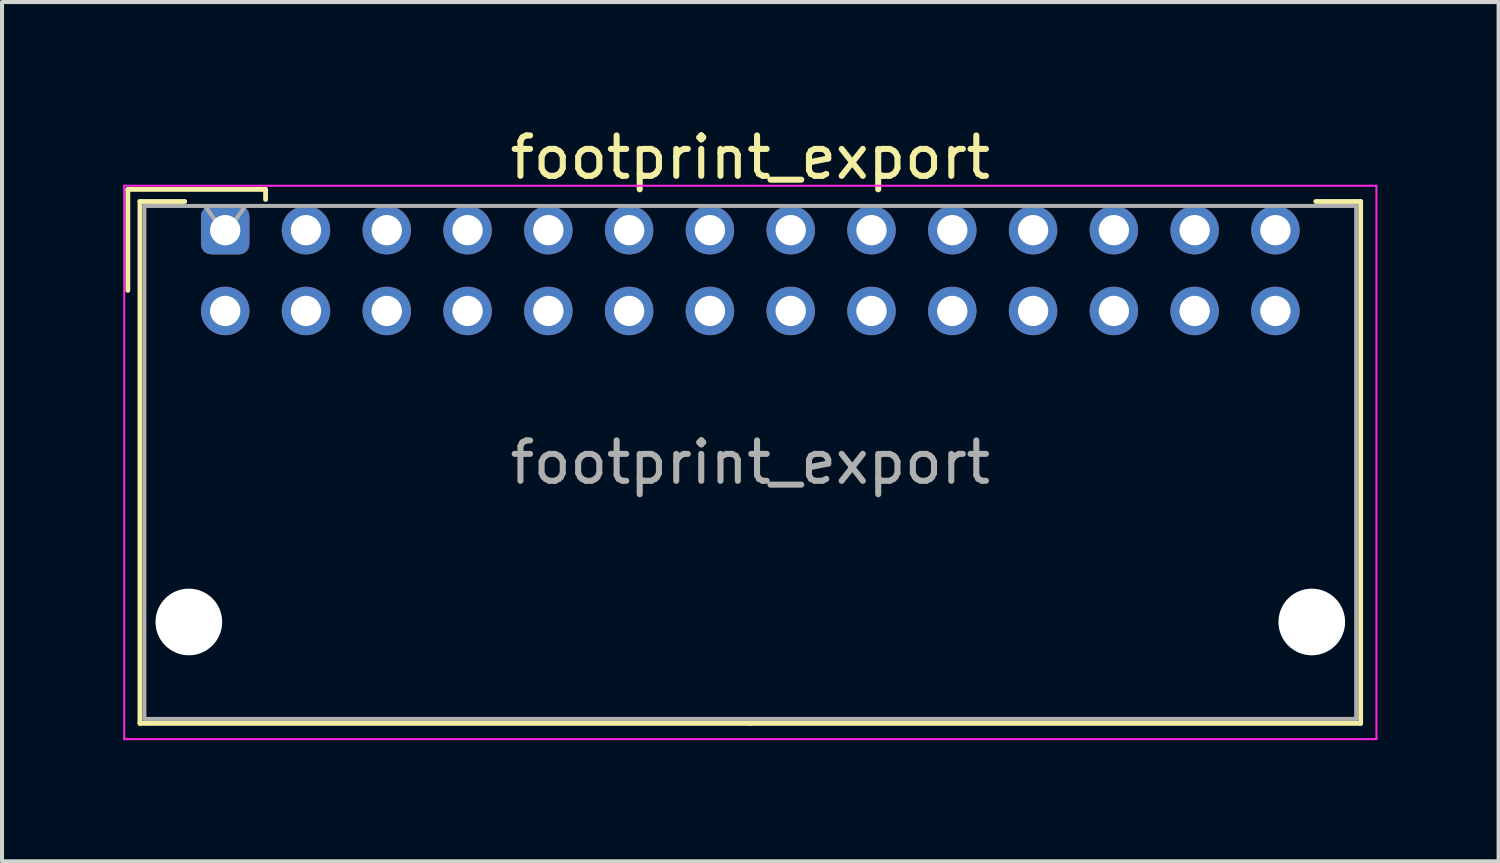
<source format=kicad_pcb>
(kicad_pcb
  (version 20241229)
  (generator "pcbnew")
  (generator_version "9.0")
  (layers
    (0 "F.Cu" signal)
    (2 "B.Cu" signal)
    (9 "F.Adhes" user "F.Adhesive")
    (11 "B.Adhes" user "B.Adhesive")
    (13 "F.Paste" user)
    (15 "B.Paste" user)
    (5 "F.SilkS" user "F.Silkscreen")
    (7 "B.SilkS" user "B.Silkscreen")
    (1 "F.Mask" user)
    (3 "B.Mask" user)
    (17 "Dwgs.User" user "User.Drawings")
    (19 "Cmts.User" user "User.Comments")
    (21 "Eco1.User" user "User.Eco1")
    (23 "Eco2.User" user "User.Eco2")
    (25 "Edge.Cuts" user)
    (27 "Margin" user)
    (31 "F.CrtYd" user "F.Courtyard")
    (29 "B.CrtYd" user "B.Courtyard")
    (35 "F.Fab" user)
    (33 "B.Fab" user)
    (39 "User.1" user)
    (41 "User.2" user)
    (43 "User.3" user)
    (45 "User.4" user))
  (footprint "footprint_export"
    (layer "F.Cu")
    (at 2.525 2.648)
    (property "Reference" "footprint_export" (at 13 -1.8 0) (layer "F.SilkS") (effects (font (size 1 1) (thickness 0.15))))
    (attr through_hole)
    (fp_line (start -2.41 -1.01) (end -2.41 1.49) (stroke (width 0.12) (type solid)) (layer "F.SilkS"))
    (fp_line (start -2.11 -0.71) (end -2.11 12.21) (stroke (width 0.12) (type solid)) (layer "F.SilkS"))
    (fp_line (start -2.11 12.21) (end 13 12.21) (stroke (width 0.12) (type solid)) (layer "F.SilkS"))
    (fp_line (start -1 -0.71) (end -2.11 -0.71) (stroke (width 0.12) (type solid)) (layer "F.SilkS"))
    (fp_line (start 1 -1.01) (end -2.41 -1.01) (stroke (width 0.12) (type solid)) (layer "F.SilkS"))
    (fp_line (start 1 -0.76) (end 1 -1.01) (stroke (width 0.12) (type solid)) (layer "F.SilkS"))
    (fp_line (start 27 -0.71) (end 28.11 -0.71) (stroke (width 0.12) (type solid)) (layer "F.SilkS"))
    (fp_line (start 28.11 -0.71) (end 28.11 12.21) (stroke (width 0.12) (type solid)) (layer "F.SilkS"))
    (fp_line (start 28.11 12.21) (end 13 12.21) (stroke (width 0.12) (type solid)) (layer "F.SilkS"))
    (fp_line (start -2.5 -1.1) (end -2.5 12.6) (stroke (width 0.05) (type solid)) (layer "F.CrtYd"))
    (fp_line (start -2.5 12.6) (end 28.5 12.6) (stroke (width 0.05) (type solid)) (layer "F.CrtYd"))
    (fp_line (start 28.5 -1.1) (end -2.5 -1.1) (stroke (width 0.05) (type solid)) (layer "F.CrtYd"))
    (fp_line (start 28.5 12.6) (end 28.5 -1.1) (stroke (width 0.05) (type solid)) (layer "F.CrtYd"))
    (fp_line (start -2 -0.6) (end -2 12.1) (stroke (width 0.1) (type solid)) (layer "F.Fab"))
    (fp_line (start -2 12.1) (end 28 12.1) (stroke (width 0.1) (type solid)) (layer "F.Fab"))
    (fp_line (start 0 0.107) (end -0.5 -0.6) (stroke (width 0.1) (type solid)) (layer "F.Fab"))
    (fp_line (start 0.5 -0.6) (end 0 0.107) (stroke (width 0.1) (type solid)) (layer "F.Fab"))
    (fp_line (start 28 -0.6) (end -2 -0.6) (stroke (width 0.1) (type solid)) (layer "F.Fab"))
    (fp_line (start 28 12.1) (end 28 -0.6) (stroke (width 0.1) (type solid)) (layer "F.Fab"))
    (fp_text user "${REFERENCE}" (at 13 5.75 0) (layer "F.Fab") (effects (font (size 1 1) (thickness 0.15))))
    (pad "" np_thru_hole circle (at -0.9 9.7) (size 1.65 1.65) (drill 1.65) (layers "*.Cu" "*.Mask"))
    (pad "" np_thru_hole circle (at 26.9 9.7) (size 1.65 1.65) (drill 1.65) (layers "*.Cu" "*.Mask"))
    (pad "1" thru_hole roundrect (at 0 0) (size 1.2 1.2) (drill 0.75) (layers "*.Cu" "*.Mask") (roundrect_rratio 0.208))
    (pad "2" thru_hole circle (at 0 2) (size 1.2 1.2) (drill 0.75) (layers "*.Cu" "*.Mask"))
    (pad "3" thru_hole circle (at 2 0) (size 1.2 1.2) (drill 0.75) (layers "*.Cu" "*.Mask"))
    (pad "4" thru_hole circle (at 2 2) (size 1.2 1.2) (drill 0.75) (layers "*.Cu" "*.Mask"))
    (pad "5" thru_hole circle (at 4 0) (size 1.2 1.2) (drill 0.75) (layers "*.Cu" "*.Mask"))
    (pad "6" thru_hole circle (at 4 2) (size 1.2 1.2) (drill 0.75) (layers "*.Cu" "*.Mask"))
    (pad "7" thru_hole circle (at 6 0) (size 1.2 1.2) (drill 0.75) (layers "*.Cu" "*.Mask"))
    (pad "8" thru_hole circle (at 6 2) (size 1.2 1.2) (drill 0.75) (layers "*.Cu" "*.Mask"))
    (pad "9" thru_hole circle (at 8 0) (size 1.2 1.2) (drill 0.75) (layers "*.Cu" "*.Mask"))
    (pad "10" thru_hole circle (at 8 2) (size 1.2 1.2) (drill 0.75) (layers "*.Cu" "*.Mask"))
    (pad "11" thru_hole circle (at 10 0) (size 1.2 1.2) (drill 0.75) (layers "*.Cu" "*.Mask"))
    (pad "12" thru_hole circle (at 10 2) (size 1.2 1.2) (drill 0.75) (layers "*.Cu" "*.Mask"))
    (pad "13" thru_hole circle (at 12 0) (size 1.2 1.2) (drill 0.75) (layers "*.Cu" "*.Mask"))
    (pad "14" thru_hole circle (at 12 2) (size 1.2 1.2) (drill 0.75) (layers "*.Cu" "*.Mask"))
    (pad "15" thru_hole circle (at 14 0) (size 1.2 1.2) (drill 0.75) (layers "*.Cu" "*.Mask"))
    (pad "16" thru_hole circle (at 14 2) (size 1.2 1.2) (drill 0.75) (layers "*.Cu" "*.Mask"))
    (pad "17" thru_hole circle (at 16 0) (size 1.2 1.2) (drill 0.75) (layers "*.Cu" "*.Mask"))
    (pad "18" thru_hole circle (at 16 2) (size 1.2 1.2) (drill 0.75) (layers "*.Cu" "*.Mask"))
    (pad "19" thru_hole circle (at 18 0) (size 1.2 1.2) (drill 0.75) (layers "*.Cu" "*.Mask"))
    (pad "20" thru_hole circle (at 18 2) (size 1.2 1.2) (drill 0.75) (layers "*.Cu" "*.Mask"))
    (pad "21" thru_hole circle (at 20 0) (size 1.2 1.2) (drill 0.75) (layers "*.Cu" "*.Mask"))
    (pad "22" thru_hole circle (at 20 2) (size 1.2 1.2) (drill 0.75) (layers "*.Cu" "*.Mask"))
    (pad "23" thru_hole circle (at 22 0) (size 1.2 1.2) (drill 0.75) (layers "*.Cu" "*.Mask"))
    (pad "24" thru_hole circle (at 22 2) (size 1.2 1.2) (drill 0.75) (layers "*.Cu" "*.Mask"))
    (pad "25" thru_hole circle (at 24 0) (size 1.2 1.2) (drill 0.75) (layers "*.Cu" "*.Mask"))
    (pad "26" thru_hole circle (at 24 2) (size 1.2 1.2) (drill 0.75) (layers "*.Cu" "*.Mask"))
    (pad "27" thru_hole circle (at 26 0) (size 1.2 1.2) (drill 0.75) (layers "*.Cu" "*.Mask"))
    (pad "28" thru_hole circle (at 26 2) (size 1.2 1.2) (drill 0.75) (layers "*.Cu" "*.Mask")))
  (gr_rect
    (start -3 -3)
    (end 34.05 18.273)
    (stroke (width 0.1) (type default))
    (fill no)
    (layer "Edge.Cuts")))
</source>
